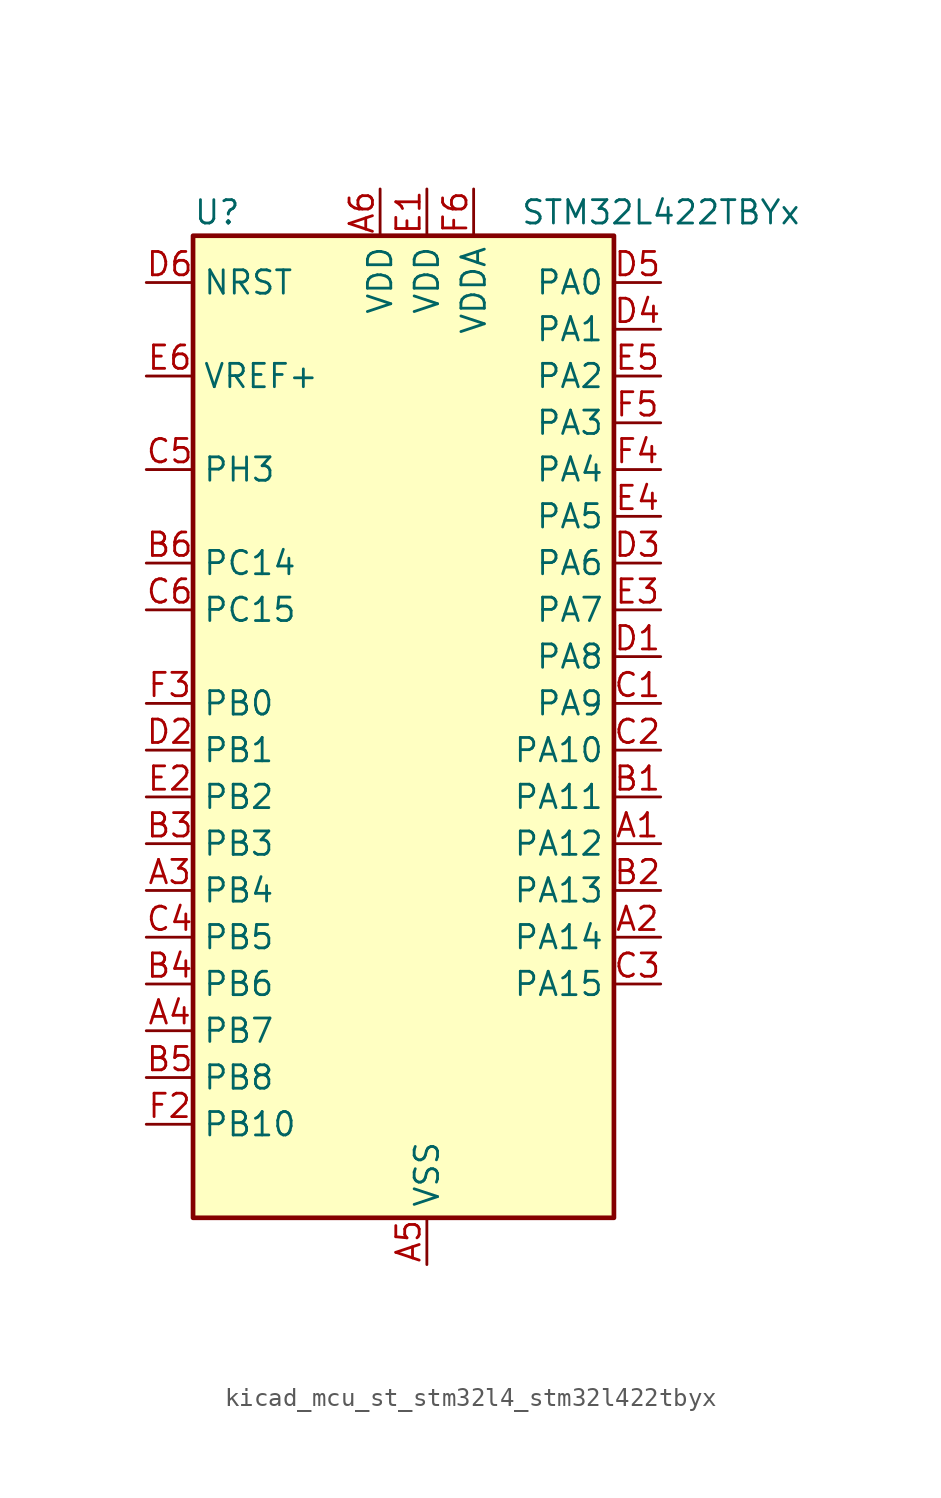
<source format=kicad_sym>
(kicad_symbol_lib
  (version 20220914)
  (generator kicad_symbol_editor)
  (symbol "kicad_mcu_st_stm32l4_stm32l422tbyx"
    (property "Reference" "U"
      (at -10.16 29.21 0)
      (effects (font (size 1.27 1.27)) (justify left)))
    (property "Value" "STM32L422TBYx"
      (at 7.62 29.21 0)
      (effects (font (size 1.27 1.27)) (justify left)))
    (property "ki_locked" ""
      (at 0 0 0)
      (effects (font (size 1.27 1.27))))
    (symbol "kicad_mcu_st_stm32l4_stm32l422tbyx_0_1"
      (rectangle (start -10.16 -25.4) (end 12.7 27.94) (stroke (width 0.254) (type default)) (fill (type background))))
    (symbol "kicad_mcu_st_stm32l4_stm32l422tbyx_1_1"
      (pin bidirectional line (at 15.24 -5.08 180) (length 2.54) (name "PA12" (effects (font (size 1.27 1.27)))) (number "A1" (effects (font (size 1.27 1.27)))) (alternate "SPI1_MOSI" bidirectional line) (alternate "TIM1_ETR" bidirectional line) (alternate "USART1_DE" bidirectional line) (alternate "USART1_RTS" bidirectional line) (alternate "USB_DP" bidirectional line))
      (pin bidirectional line (at 15.24 -10.16 180) (length 2.54) (name "PA14" (effects (font (size 1.27 1.27)))) (number "A2" (effects (font (size 1.27 1.27)))) (alternate "I2C1_SMBA" bidirectional line) (alternate "LPTIM1_OUT" bidirectional line) (alternate "SYS_JTCK-SWCLK" bidirectional line))
      (pin bidirectional line (at -12.7 -7.62 0) (length 2.54) (name "PB4" (effects (font (size 1.27 1.27)))) (number "A3" (effects (font (size 1.27 1.27)))) (alternate "I2C3_SDA" bidirectional line) (alternate "SPI1_MISO" bidirectional line) (alternate "SYS_JTRST" bidirectional line) (alternate "TSC_G2_IO1" bidirectional line) (alternate "USART1_CTS" bidirectional line))
      (pin bidirectional line (at -12.7 -15.24 0) (length 2.54) (name "PB7" (effects (font (size 1.27 1.27)))) (number "A4" (effects (font (size 1.27 1.27)))) (alternate "I2C1_SDA" bidirectional line) (alternate "LPTIM1_IN2" bidirectional line) (alternate "SYS_PVD_IN" bidirectional line) (alternate "SYS_TRACECLK" bidirectional line) (alternate "TSC_G2_IO4" bidirectional line) (alternate "USART1_RX" bidirectional line))
      (pin power_in line (at 2.54 -27.94 90) (length 2.54) (name "VSS" (effects (font (size 1.27 1.27)))) (number "A5" (effects (font (size 1.27 1.27)))))
      (pin power_in line (at 0 30.48 270) (length 2.54) (name "VDD" (effects (font (size 1.27 1.27)))) (number "A6" (effects (font (size 1.27 1.27)))))
      (pin bidirectional line (at 15.24 -2.54 180) (length 2.54) (name "PA11" (effects (font (size 1.27 1.27)))) (number "B1" (effects (font (size 1.27 1.27)))) (alternate "ADC1_EXTI11" bidirectional line) (alternate "ADC2_EXTI11" bidirectional line) (alternate "COMP1_OUT" bidirectional line) (alternate "SPI1_MISO" bidirectional line) (alternate "TIM1_BKIN2" bidirectional line) (alternate "TIM1_BKIN2_COMP1" bidirectional line) (alternate "TIM1_CH4" bidirectional line) (alternate "USART1_CTS" bidirectional line) (alternate "USB_DM" bidirectional line))
      (pin bidirectional line (at 15.24 -7.62 180) (length 2.54) (name "PA13" (effects (font (size 1.27 1.27)))) (number "B2" (effects (font (size 1.27 1.27)))) (alternate "IR_OUT" bidirectional line) (alternate "SYS_JTMS-SWDIO" bidirectional line) (alternate "USB_NOE" bidirectional line))
      (pin bidirectional line (at -12.7 -5.08 0) (length 2.54) (name "PB3" (effects (font (size 1.27 1.27)))) (number "B3" (effects (font (size 1.27 1.27)))) (alternate "SPI1_SCK" bidirectional line) (alternate "SYS_JTDO-SWO" bidirectional line) (alternate "TIM2_CH2" bidirectional line) (alternate "USART1_DE" bidirectional line) (alternate "USART1_RTS" bidirectional line))
      (pin bidirectional line (at -12.7 -12.7 0) (length 2.54) (name "PB6" (effects (font (size 1.27 1.27)))) (number "B4" (effects (font (size 1.27 1.27)))) (alternate "I2C1_SCL" bidirectional line) (alternate "LPTIM1_ETR" bidirectional line) (alternate "SYS_TRACED3" bidirectional line) (alternate "TIM16_CH1N" bidirectional line) (alternate "TSC_G2_IO3" bidirectional line) (alternate "USART1_TX" bidirectional line))
      (pin bidirectional line (at -12.7 -17.78 0) (length 2.54) (name "PB8" (effects (font (size 1.27 1.27)))) (number "B5" (effects (font (size 1.27 1.27)))) (alternate "I2C1_SCL" bidirectional line) (alternate "TIM16_CH1" bidirectional line))
      (pin bidirectional line (at -12.7 10.16 0) (length 2.54) (name "PC14" (effects (font (size 1.27 1.27)))) (number "B6" (effects (font (size 1.27 1.27)))) (alternate "RCC_OSC32_IN" bidirectional line))
      (pin bidirectional line (at 15.24 2.54 180) (length 2.54) (name "PA9" (effects (font (size 1.27 1.27)))) (number "C1" (effects (font (size 1.27 1.27)))) (alternate "I2C1_SCL" bidirectional line) (alternate "TIM15_BKIN" bidirectional line) (alternate "TIM1_CH2" bidirectional line) (alternate "USART1_TX" bidirectional line))
      (pin bidirectional line (at 15.24 0 180) (length 2.54) (name "PA10" (effects (font (size 1.27 1.27)))) (number "C2" (effects (font (size 1.27 1.27)))) (alternate "CRS_SYNC" bidirectional line) (alternate "I2C1_SDA" bidirectional line) (alternate "TIM1_CH3" bidirectional line) (alternate "USART1_RX" bidirectional line))
      (pin bidirectional line (at 15.24 -12.7 180) (length 2.54) (name "PA15" (effects (font (size 1.27 1.27)))) (number "C3" (effects (font (size 1.27 1.27)))) (alternate "ADC1_EXTI15" bidirectional line) (alternate "ADC2_EXTI15" bidirectional line) (alternate "SPI1_NSS" bidirectional line) (alternate "SYS_JTDI" bidirectional line) (alternate "TIM2_CH1" bidirectional line) (alternate "TIM2_ETR" bidirectional line) (alternate "TSC_G3_IO1" bidirectional line) (alternate "USART2_RX" bidirectional line))
      (pin bidirectional line (at -12.7 -10.16 0) (length 2.54) (name "PB5" (effects (font (size 1.27 1.27)))) (number "C4" (effects (font (size 1.27 1.27)))) (alternate "I2C1_SMBA" bidirectional line) (alternate "LPTIM1_IN1" bidirectional line) (alternate "SPI1_MOSI" bidirectional line) (alternate "SYS_TRACED2" bidirectional line) (alternate "TIM16_BKIN" bidirectional line) (alternate "TSC_G2_IO2" bidirectional line) (alternate "USART1_CK" bidirectional line))
      (pin bidirectional line (at -12.7 15.24 0) (length 2.54) (name "PH3" (effects (font (size 1.27 1.27)))) (number "C5" (effects (font (size 1.27 1.27)))))
      (pin bidirectional line (at -12.7 7.62 0) (length 2.54) (name "PC15" (effects (font (size 1.27 1.27)))) (number "C6" (effects (font (size 1.27 1.27)))) (alternate "ADC1_EXTI15" bidirectional line) (alternate "ADC2_EXTI15" bidirectional line) (alternate "RCC_OSC32_OUT" bidirectional line))
      (pin bidirectional line (at 15.24 5.08 180) (length 2.54) (name "PA8" (effects (font (size 1.27 1.27)))) (number "D1" (effects (font (size 1.27 1.27)))) (alternate "LPTIM2_OUT" bidirectional line) (alternate "RCC_MCO" bidirectional line) (alternate "TIM1_CH1" bidirectional line) (alternate "USART1_CK" bidirectional line))
      (pin bidirectional line (at -12.7 0 0) (length 2.54) (name "PB1" (effects (font (size 1.27 1.27)))) (number "D2" (effects (font (size 1.27 1.27)))) (alternate "ADC1_IN16" bidirectional line) (alternate "ADC2_IN16" bidirectional line) (alternate "COMP1_INM" bidirectional line) (alternate "LPTIM2_IN1" bidirectional line) (alternate "LPUART1_DE" bidirectional line) (alternate "LPUART1_RTS" bidirectional line) (alternate "QUADSPI_BK1_IO0" bidirectional line) (alternate "SYS_TRACED1" bidirectional line) (alternate "TIM1_CH3N" bidirectional line))
      (pin bidirectional line (at 15.24 10.16 180) (length 2.54) (name "PA6" (effects (font (size 1.27 1.27)))) (number "D3" (effects (font (size 1.27 1.27)))) (alternate "ADC1_IN11" bidirectional line) (alternate "ADC2_IN11" bidirectional line) (alternate "COMP1_OUT" bidirectional line) (alternate "LPUART1_CTS" bidirectional line) (alternate "QUADSPI_BK1_IO3" bidirectional line) (alternate "SPI1_MISO" bidirectional line) (alternate "TIM16_CH1" bidirectional line) (alternate "TIM1_BKIN" bidirectional line))
      (pin bidirectional line (at 15.24 22.86 180) (length 2.54) (name "PA1" (effects (font (size 1.27 1.27)))) (number "D4" (effects (font (size 1.27 1.27)))) (alternate "ADC1_IN6" bidirectional line) (alternate "COMP1_INP" bidirectional line) (alternate "I2C1_SMBA" bidirectional line) (alternate "OPAMP1_VINM" bidirectional line) (alternate "SPI1_SCK" bidirectional line) (alternate "TIM15_CH1N" bidirectional line) (alternate "TIM2_CH2" bidirectional line) (alternate "USART2_DE" bidirectional line) (alternate "USART2_RTS" bidirectional line))
      (pin bidirectional line (at 15.24 25.4 180) (length 2.54) (name "PA0" (effects (font (size 1.27 1.27)))) (number "D5" (effects (font (size 1.27 1.27)))) (alternate "ADC1_IN5" bidirectional line) (alternate "COMP1_INM" bidirectional line) (alternate "COMP1_OUT" bidirectional line) (alternate "OPAMP1_VINP" bidirectional line) (alternate "RCC_CK_IN" bidirectional line) (alternate "RTC_TAMP2" bidirectional line) (alternate "SYS_WKUP1" bidirectional line) (alternate "TIM2_CH1" bidirectional line) (alternate "TIM2_ETR" bidirectional line) (alternate "USART2_CTS" bidirectional line))
      (pin input line (at -12.7 25.4 0) (length 2.54) (name "NRST" (effects (font (size 1.27 1.27)))) (number "D6" (effects (font (size 1.27 1.27)))))
      (pin power_in line (at 2.54 30.48 270) (length 2.54) (name "VDD" (effects (font (size 1.27 1.27)))) (number "E1" (effects (font (size 1.27 1.27)))))
      (pin bidirectional line (at -12.7 -2.54 0) (length 2.54) (name "PB2" (effects (font (size 1.27 1.27)))) (number "E2" (effects (font (size 1.27 1.27)))) (alternate "COMP1_INP" bidirectional line) (alternate "I2C3_SMBA" bidirectional line) (alternate "LPTIM1_OUT" bidirectional line) (alternate "RTC_OUT_ALARM" bidirectional line) (alternate "RTC_OUT_CALIB" bidirectional line))
      (pin bidirectional line (at 15.24 7.62 180) (length 2.54) (name "PA7" (effects (font (size 1.27 1.27)))) (number "E3" (effects (font (size 1.27 1.27)))) (alternate "ADC1_IN12" bidirectional line) (alternate "ADC2_IN12" bidirectional line) (alternate "I2C3_SCL" bidirectional line) (alternate "QUADSPI_BK1_IO2" bidirectional line) (alternate "SPI1_MOSI" bidirectional line) (alternate "TIM1_CH1N" bidirectional line))
      (pin bidirectional line (at 15.24 12.7 180) (length 2.54) (name "PA5" (effects (font (size 1.27 1.27)))) (number "E4" (effects (font (size 1.27 1.27)))) (alternate "ADC1_IN10" bidirectional line) (alternate "ADC2_IN10" bidirectional line) (alternate "COMP1_INM" bidirectional line) (alternate "LPTIM2_ETR" bidirectional line) (alternate "SPI1_SCK" bidirectional line) (alternate "TIM2_CH1" bidirectional line) (alternate "TIM2_ETR" bidirectional line))
      (pin bidirectional line (at 15.24 20.32 180) (length 2.54) (name "PA2" (effects (font (size 1.27 1.27)))) (number "E5" (effects (font (size 1.27 1.27)))) (alternate "ADC1_IN7" bidirectional line) (alternate "ADC2_IN7" bidirectional line) (alternate "LPUART1_TX" bidirectional line) (alternate "QUADSPI_BK1_NCS" bidirectional line) (alternate "RCC_LSCO" bidirectional line) (alternate "SYS_WKUP4" bidirectional line) (alternate "TIM15_CH1" bidirectional line) (alternate "TIM2_CH3" bidirectional line) (alternate "USART2_TX" bidirectional line))
      (pin input line (at -12.7 20.32 0) (length 2.54) (name "VREF+" (effects (font (size 1.27 1.27)))) (number "E6" (effects (font (size 1.27 1.27)))))
      (pin passive line (at 2.54 -27.94 90) (length 2.54) hide (name "VSS" (effects (font (size 1.27 1.27)))) (number "F1" (effects (font (size 1.27 1.27)))))
      (pin bidirectional line (at -12.7 -20.32 0) (length 2.54) (name "PB10" (effects (font (size 1.27 1.27)))) (number "F2" (effects (font (size 1.27 1.27)))) (alternate "COMP1_OUT" bidirectional line) (alternate "LPUART1_RX" bidirectional line) (alternate "QUADSPI_CLK" bidirectional line) (alternate "TIM2_CH3" bidirectional line) (alternate "TSC_SYNC" bidirectional line))
      (pin bidirectional line (at -12.7 2.54 0) (length 2.54) (name "PB0" (effects (font (size 1.27 1.27)))) (number "F3" (effects (font (size 1.27 1.27)))) (alternate "ADC1_IN15" bidirectional line) (alternate "ADC2_IN15" bidirectional line) (alternate "COMP1_OUT" bidirectional line) (alternate "QUADSPI_BK1_IO1" bidirectional line) (alternate "SPI1_NSS" bidirectional line) (alternate "SYS_TRACED0" bidirectional line) (alternate "TIM1_CH2N" bidirectional line))
      (pin bidirectional line (at 15.24 15.24 180) (length 2.54) (name "PA4" (effects (font (size 1.27 1.27)))) (number "F4" (effects (font (size 1.27 1.27)))) (alternate "ADC1_IN9" bidirectional line) (alternate "ADC2_IN9" bidirectional line) (alternate "COMP1_INM" bidirectional line) (alternate "LPTIM2_OUT" bidirectional line) (alternate "SPI1_NSS" bidirectional line) (alternate "USART2_CK" bidirectional line))
      (pin bidirectional line (at 15.24 17.78 180) (length 2.54) (name "PA3" (effects (font (size 1.27 1.27)))) (number "F5" (effects (font (size 1.27 1.27)))) (alternate "ADC1_IN8" bidirectional line) (alternate "ADC2_IN8" bidirectional line) (alternate "LPUART1_RX" bidirectional line) (alternate "OPAMP1_VOUT" bidirectional line) (alternate "QUADSPI_CLK" bidirectional line) (alternate "TIM15_CH2" bidirectional line) (alternate "TIM2_CH4" bidirectional line) (alternate "USART2_RX" bidirectional line))
      (pin power_in line (at 5.08 30.48 270) (length 2.54) (name "VDDA" (effects (font (size 1.27 1.27)))) (number "F6" (effects (font (size 1.27 1.27))))))))
</source>
